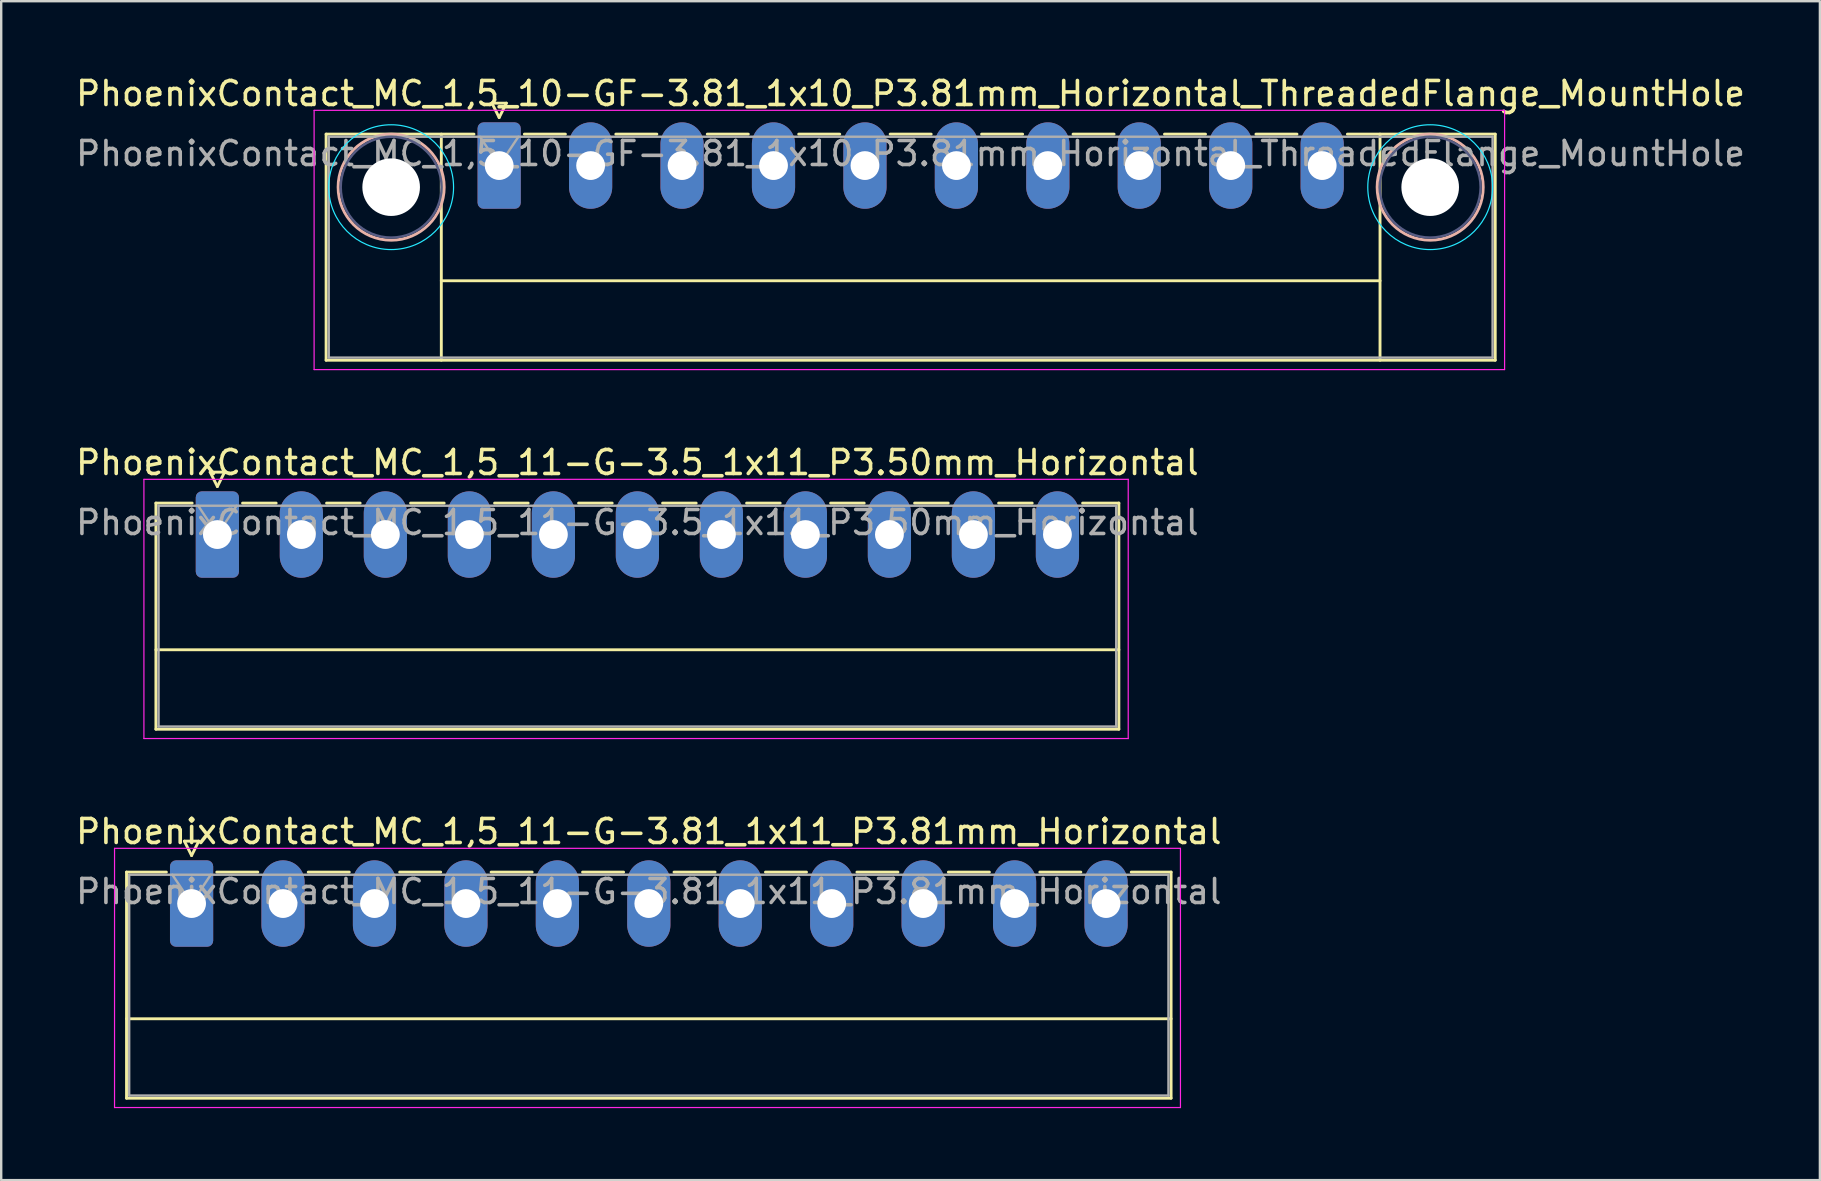
<source format=kicad_pcb>
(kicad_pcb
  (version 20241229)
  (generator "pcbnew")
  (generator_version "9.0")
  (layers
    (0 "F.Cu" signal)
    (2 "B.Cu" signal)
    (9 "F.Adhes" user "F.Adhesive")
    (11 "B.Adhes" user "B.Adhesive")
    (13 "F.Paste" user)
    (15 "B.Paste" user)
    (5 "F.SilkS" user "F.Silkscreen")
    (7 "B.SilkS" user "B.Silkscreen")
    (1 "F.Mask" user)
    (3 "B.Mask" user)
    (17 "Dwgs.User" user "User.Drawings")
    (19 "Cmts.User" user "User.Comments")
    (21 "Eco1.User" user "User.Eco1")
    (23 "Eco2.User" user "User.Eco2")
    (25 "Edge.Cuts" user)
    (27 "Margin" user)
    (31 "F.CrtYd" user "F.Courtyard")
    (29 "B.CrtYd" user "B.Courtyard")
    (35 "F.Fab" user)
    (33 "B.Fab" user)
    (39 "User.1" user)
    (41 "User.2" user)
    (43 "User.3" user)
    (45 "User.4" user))
  (footprint "PhoenixContact_MC_1,5_10-GF-3.81_1x10_P3.81mm_Horizontal_ThreadedFlange_MountHole"
    (layer "F.Cu")
    (at 17.747 3.848)
    (property "Reference" "PhoenixContact_MC_1,5_10-GF-3.81_1x10_P3.81mm_Horizontal_ThreadedFlange_MountHole" (at 17.14 -3 0) (layer "F.SilkS") (effects (font (size 1 1) (thickness 0.15))))
    (attr through_hole)
    (fp_line (start -7.21 -1.31) (end -7.21 8.11) (stroke (width 0.12) (type solid)) (layer "F.SilkS"))
    (fp_line (start -7.21 -1.31) (end -1.05 -1.31) (stroke (width 0.12) (type solid)) (layer "F.SilkS"))
    (fp_line (start -7.21 8.11) (end 41.5 8.11) (stroke (width 0.12) (type solid)) (layer "F.SilkS"))
    (fp_line (start -2.41 -1.31) (end -2.41 8.11) (stroke (width 0.12) (type solid)) (layer "F.SilkS"))
    (fp_line (start -2.41 4.8) (end 36.7 4.8) (stroke (width 0.12) (type solid)) (layer "F.SilkS"))
    (fp_line (start -0.3 -2.6) (end 0.3 -2.6) (stroke (width 0.12) (type solid)) (layer "F.SilkS"))
    (fp_line (start 0 -2) (end -0.3 -2.6) (stroke (width 0.12) (type solid)) (layer "F.SilkS"))
    (fp_line (start 0.3 -2.6) (end 0 -2) (stroke (width 0.12) (type solid)) (layer "F.SilkS"))
    (fp_line (start 1.05 -1.31) (end 2.76 -1.31) (stroke (width 0.12) (type solid)) (layer "F.SilkS"))
    (fp_line (start 4.86 -1.31) (end 6.57 -1.31) (stroke (width 0.12) (type solid)) (layer "F.SilkS"))
    (fp_line (start 8.67 -1.31) (end 10.38 -1.31) (stroke (width 0.12) (type solid)) (layer "F.SilkS"))
    (fp_line (start 12.48 -1.31) (end 14.19 -1.31) (stroke (width 0.12) (type solid)) (layer "F.SilkS"))
    (fp_line (start 16.29 -1.31) (end 18 -1.31) (stroke (width 0.12) (type solid)) (layer "F.SilkS"))
    (fp_line (start 20.1 -1.31) (end 21.81 -1.31) (stroke (width 0.12) (type solid)) (layer "F.SilkS"))
    (fp_line (start 23.91 -1.31) (end 25.62 -1.31) (stroke (width 0.12) (type solid)) (layer "F.SilkS"))
    (fp_line (start 27.72 -1.31) (end 29.43 -1.31) (stroke (width 0.12) (type solid)) (layer "F.SilkS"))
    (fp_line (start 31.53 -1.31) (end 33.24 -1.31) (stroke (width 0.12) (type solid)) (layer "F.SilkS"))
    (fp_line (start 36.7 -1.31) (end 36.7 8.11) (stroke (width 0.12) (type solid)) (layer "F.SilkS"))
    (fp_line (start 41.5 -1.31) (end 35.34 -1.31) (stroke (width 0.12) (type solid)) (layer "F.SilkS"))
    (fp_line (start 41.5 8.11) (end 41.5 -1.31) (stroke (width 0.12) (type solid)) (layer "F.SilkS"))
    (fp_circle (center -4.5 0.9) (end -2.29 0.9) (stroke (width 0.12) (type solid)) (fill no) (layer "B.SilkS"))
    (fp_circle (center 38.79 0.9) (end 41 0.9) (stroke (width 0.12) (type solid)) (fill no) (layer "B.SilkS"))
    (fp_circle (center -4.5 0.9) (end -1.9 0.9) (stroke (width 0.05) (type solid)) (fill no) (layer "B.CrtYd"))
    (fp_circle (center 38.79 0.9) (end 41.39 0.9) (stroke (width 0.05) (type solid)) (fill no) (layer "B.CrtYd"))
    (fp_line (start -7.71 -2.3) (end -7.71 8.5) (stroke (width 0.05) (type solid)) (layer "F.CrtYd"))
    (fp_line (start -7.71 8.5) (end 41.89 8.5) (stroke (width 0.05) (type solid)) (layer "F.CrtYd"))
    (fp_line (start 41.89 -2.3) (end -7.71 -2.3) (stroke (width 0.05) (type solid)) (layer "F.CrtYd"))
    (fp_line (start 41.89 8.5) (end 41.89 -2.3) (stroke (width 0.05) (type solid)) (layer "F.CrtYd"))
    (fp_circle (center -4.5 0.9) (end -2.4 0.9) (stroke (width 0.1) (type solid)) (fill no) (layer "B.Fab"))
    (fp_circle (center 38.79 0.9) (end 40.89 0.9) (stroke (width 0.1) (type solid)) (fill no) (layer "B.Fab"))
    (fp_line (start -7.1 -1.2) (end -7.1 8) (stroke (width 0.1) (type solid)) (layer "F.Fab"))
    (fp_line (start -7.1 8) (end 41.39 8) (stroke (width 0.1) (type solid)) (layer "F.Fab"))
    (fp_line (start 0 0) (end -0.8 -1.2) (stroke (width 0.1) (type solid)) (layer "F.Fab"))
    (fp_line (start 0.8 -1.2) (end 0 0) (stroke (width 0.1) (type solid)) (layer "F.Fab"))
    (fp_line (start 41.39 -1.2) (end -7.1 -1.2) (stroke (width 0.1) (type solid)) (layer "F.Fab"))
    (fp_line (start 41.39 8) (end 41.39 -1.2) (stroke (width 0.1) (type solid)) (layer "F.Fab"))
    (fp_text user "${REFERENCE}" (at 17.14 -0.5 0) (layer "F.Fab") (effects (font (size 1 1) (thickness 0.15))))
    (pad "" np_thru_hole circle (at -4.5 0.9) (size 2.4 2.4) (drill 2.4) (layers "*.Cu" "*.Mask"))
    (pad "" np_thru_hole circle (at 38.79 0.9) (size 2.4 2.4) (drill 2.4) (layers "*.Cu" "*.Mask"))
    (pad "1" thru_hole roundrect (at 0 0) (size 1.8 3.6) (drill 1.2) (layers "*.Cu" "*.Mask") (roundrect_rratio 0.139))
    (pad "2" thru_hole oval (at 3.81 0) (size 1.8 3.6) (drill 1.2) (layers "*.Cu" "*.Mask"))
    (pad "3" thru_hole oval (at 7.62 0) (size 1.8 3.6) (drill 1.2) (layers "*.Cu" "*.Mask"))
    (pad "4" thru_hole oval (at 11.43 0) (size 1.8 3.6) (drill 1.2) (layers "*.Cu" "*.Mask"))
    (pad "5" thru_hole oval (at 15.24 0) (size 1.8 3.6) (drill 1.2) (layers "*.Cu" "*.Mask"))
    (pad "6" thru_hole oval (at 19.05 0) (size 1.8 3.6) (drill 1.2) (layers "*.Cu" "*.Mask"))
    (pad "7" thru_hole oval (at 22.86 0) (size 1.8 3.6) (drill 1.2) (layers "*.Cu" "*.Mask"))
    (pad "8" thru_hole oval (at 26.67 0) (size 1.8 3.6) (drill 1.2) (layers "*.Cu" "*.Mask"))
    (pad "9" thru_hole oval (at 30.48 0) (size 1.8 3.6) (drill 1.2) (layers "*.Cu" "*.Mask"))
    (pad "10" thru_hole oval (at 34.29 0) (size 1.8 3.6) (drill 1.2) (layers "*.Cu" "*.Mask")))
  (footprint "PhoenixContact_MC_1,5_11-G-3.5_1x11_P3.50mm_Horizontal"
    (layer "F.Cu")
    (at 6.006 19.221)
    (property "Reference" "PhoenixContact_MC_1,5_11-G-3.5_1x11_P3.50mm_Horizontal" (at 17.5 -3 0) (layer "F.SilkS") (effects (font (size 1 1) (thickness 0.15))))
    (attr through_hole)
    (fp_line (start -2.56 -1.31) (end -2.56 8.11) (stroke (width 0.12) (type solid)) (layer "F.SilkS"))
    (fp_line (start -2.56 -1.31) (end -1.05 -1.31) (stroke (width 0.12) (type solid)) (layer "F.SilkS"))
    (fp_line (start -2.56 4.8) (end 37.56 4.8) (stroke (width 0.12) (type solid)) (layer "F.SilkS"))
    (fp_line (start -2.56 8.11) (end 37.56 8.11) (stroke (width 0.12) (type solid)) (layer "F.SilkS"))
    (fp_line (start -0.3 -2.6) (end 0.3 -2.6) (stroke (width 0.12) (type solid)) (layer "F.SilkS"))
    (fp_line (start 0 -2) (end -0.3 -2.6) (stroke (width 0.12) (type solid)) (layer "F.SilkS"))
    (fp_line (start 0.3 -2.6) (end 0 -2) (stroke (width 0.12) (type solid)) (layer "F.SilkS"))
    (fp_line (start 1.05 -1.31) (end 2.45 -1.31) (stroke (width 0.12) (type solid)) (layer "F.SilkS"))
    (fp_line (start 4.55 -1.31) (end 5.95 -1.31) (stroke (width 0.12) (type solid)) (layer "F.SilkS"))
    (fp_line (start 8.05 -1.31) (end 9.45 -1.31) (stroke (width 0.12) (type solid)) (layer "F.SilkS"))
    (fp_line (start 11.55 -1.31) (end 12.95 -1.31) (stroke (width 0.12) (type solid)) (layer "F.SilkS"))
    (fp_line (start 15.05 -1.31) (end 16.45 -1.31) (stroke (width 0.12) (type solid)) (layer "F.SilkS"))
    (fp_line (start 18.55 -1.31) (end 19.95 -1.31) (stroke (width 0.12) (type solid)) (layer "F.SilkS"))
    (fp_line (start 22.05 -1.31) (end 23.45 -1.31) (stroke (width 0.12) (type solid)) (layer "F.SilkS"))
    (fp_line (start 25.55 -1.31) (end 26.95 -1.31) (stroke (width 0.12) (type solid)) (layer "F.SilkS"))
    (fp_line (start 29.05 -1.31) (end 30.45 -1.31) (stroke (width 0.12) (type solid)) (layer "F.SilkS"))
    (fp_line (start 32.55 -1.31) (end 33.95 -1.31) (stroke (width 0.12) (type solid)) (layer "F.SilkS"))
    (fp_line (start 37.56 -1.31) (end 36.05 -1.31) (stroke (width 0.12) (type solid)) (layer "F.SilkS"))
    (fp_line (start 37.56 8.11) (end 37.56 -1.31) (stroke (width 0.12) (type solid)) (layer "F.SilkS"))
    (fp_line (start -3.06 -2.3) (end -3.06 8.5) (stroke (width 0.05) (type solid)) (layer "F.CrtYd"))
    (fp_line (start -3.06 8.5) (end 37.95 8.5) (stroke (width 0.05) (type solid)) (layer "F.CrtYd"))
    (fp_line (start 37.95 -2.3) (end -3.06 -2.3) (stroke (width 0.05) (type solid)) (layer "F.CrtYd"))
    (fp_line (start 37.95 8.5) (end 37.95 -2.3) (stroke (width 0.05) (type solid)) (layer "F.CrtYd"))
    (fp_line (start -2.45 -1.2) (end -2.45 8) (stroke (width 0.1) (type solid)) (layer "F.Fab"))
    (fp_line (start -2.45 8) (end 37.45 8) (stroke (width 0.1) (type solid)) (layer "F.Fab"))
    (fp_line (start 0 0) (end -0.8 -1.2) (stroke (width 0.1) (type solid)) (layer "F.Fab"))
    (fp_line (start 0.8 -1.2) (end 0 0) (stroke (width 0.1) (type solid)) (layer "F.Fab"))
    (fp_line (start 37.45 -1.2) (end -2.45 -1.2) (stroke (width 0.1) (type solid)) (layer "F.Fab"))
    (fp_line (start 37.45 8) (end 37.45 -1.2) (stroke (width 0.1) (type solid)) (layer "F.Fab"))
    (fp_text user "${REFERENCE}" (at 17.5 -0.5 0) (layer "F.Fab") (effects (font (size 1 1) (thickness 0.15))))
    (pad "1" thru_hole roundrect (at 0 0) (size 1.8 3.6) (drill 1.2) (layers "*.Cu" "*.Mask") (roundrect_rratio 0.139))
    (pad "2" thru_hole oval (at 3.5 0) (size 1.8 3.6) (drill 1.2) (layers "*.Cu" "*.Mask"))
    (pad "3" thru_hole oval (at 7 0) (size 1.8 3.6) (drill 1.2) (layers "*.Cu" "*.Mask"))
    (pad "4" thru_hole oval (at 10.5 0) (size 1.8 3.6) (drill 1.2) (layers "*.Cu" "*.Mask"))
    (pad "5" thru_hole oval (at 14 0) (size 1.8 3.6) (drill 1.2) (layers "*.Cu" "*.Mask"))
    (pad "6" thru_hole oval (at 17.5 0) (size 1.8 3.6) (drill 1.2) (layers "*.Cu" "*.Mask"))
    (pad "7" thru_hole oval (at 21 0) (size 1.8 3.6) (drill 1.2) (layers "*.Cu" "*.Mask"))
    (pad "8" thru_hole oval (at 24.5 0) (size 1.8 3.6) (drill 1.2) (layers "*.Cu" "*.Mask"))
    (pad "9" thru_hole oval (at 28 0) (size 1.8 3.6) (drill 1.2) (layers "*.Cu" "*.Mask"))
    (pad "10" thru_hole oval (at 31.5 0) (size 1.8 3.6) (drill 1.2) (layers "*.Cu" "*.Mask"))
    (pad "11" thru_hole oval (at 35 0) (size 1.8 3.6) (drill 1.2) (layers "*.Cu" "*.Mask")))
  (footprint "PhoenixContact_MC_1,5_11-G-3.81_1x11_P3.81mm_Horizontal"
    (layer "F.Cu")
    (at 4.932 34.595)
    (property "Reference" "PhoenixContact_MC_1,5_11-G-3.81_1x11_P3.81mm_Horizontal" (at 19.05 -3 0) (layer "F.SilkS") (effects (font (size 1 1) (thickness 0.15))))
    (attr through_hole)
    (fp_line (start -2.71 -1.31) (end -2.71 8.11) (stroke (width 0.12) (type solid)) (layer "F.SilkS"))
    (fp_line (start -2.71 -1.31) (end -1.05 -1.31) (stroke (width 0.12) (type solid)) (layer "F.SilkS"))
    (fp_line (start -2.71 4.8) (end 40.81 4.8) (stroke (width 0.12) (type solid)) (layer "F.SilkS"))
    (fp_line (start -2.71 8.11) (end 40.81 8.11) (stroke (width 0.12) (type solid)) (layer "F.SilkS"))
    (fp_line (start -0.3 -2.6) (end 0.3 -2.6) (stroke (width 0.12) (type solid)) (layer "F.SilkS"))
    (fp_line (start 0 -2) (end -0.3 -2.6) (stroke (width 0.12) (type solid)) (layer "F.SilkS"))
    (fp_line (start 0.3 -2.6) (end 0 -2) (stroke (width 0.12) (type solid)) (layer "F.SilkS"))
    (fp_line (start 1.05 -1.31) (end 2.76 -1.31) (stroke (width 0.12) (type solid)) (layer "F.SilkS"))
    (fp_line (start 4.86 -1.31) (end 6.57 -1.31) (stroke (width 0.12) (type solid)) (layer "F.SilkS"))
    (fp_line (start 8.67 -1.31) (end 10.38 -1.31) (stroke (width 0.12) (type solid)) (layer "F.SilkS"))
    (fp_line (start 12.48 -1.31) (end 14.19 -1.31) (stroke (width 0.12) (type solid)) (layer "F.SilkS"))
    (fp_line (start 16.29 -1.31) (end 18 -1.31) (stroke (width 0.12) (type solid)) (layer "F.SilkS"))
    (fp_line (start 20.1 -1.31) (end 21.81 -1.31) (stroke (width 0.12) (type solid)) (layer "F.SilkS"))
    (fp_line (start 23.91 -1.31) (end 25.62 -1.31) (stroke (width 0.12) (type solid)) (layer "F.SilkS"))
    (fp_line (start 27.72 -1.31) (end 29.43 -1.31) (stroke (width 0.12) (type solid)) (layer "F.SilkS"))
    (fp_line (start 31.53 -1.31) (end 33.24 -1.31) (stroke (width 0.12) (type solid)) (layer "F.SilkS"))
    (fp_line (start 35.34 -1.31) (end 37.05 -1.31) (stroke (width 0.12) (type solid)) (layer "F.SilkS"))
    (fp_line (start 40.81 -1.31) (end 39.15 -1.31) (stroke (width 0.12) (type solid)) (layer "F.SilkS"))
    (fp_line (start 40.81 8.11) (end 40.81 -1.31) (stroke (width 0.12) (type solid)) (layer "F.SilkS"))
    (fp_line (start -3.21 -2.3) (end -3.21 8.5) (stroke (width 0.05) (type solid)) (layer "F.CrtYd"))
    (fp_line (start -3.21 8.5) (end 41.2 8.5) (stroke (width 0.05) (type solid)) (layer "F.CrtYd"))
    (fp_line (start 41.2 -2.3) (end -3.21 -2.3) (stroke (width 0.05) (type solid)) (layer "F.CrtYd"))
    (fp_line (start 41.2 8.5) (end 41.2 -2.3) (stroke (width 0.05) (type solid)) (layer "F.CrtYd"))
    (fp_line (start -2.6 -1.2) (end -2.6 8) (stroke (width 0.1) (type solid)) (layer "F.Fab"))
    (fp_line (start -2.6 8) (end 40.7 8) (stroke (width 0.1) (type solid)) (layer "F.Fab"))
    (fp_line (start 0 0) (end -0.8 -1.2) (stroke (width 0.1) (type solid)) (layer "F.Fab"))
    (fp_line (start 0.8 -1.2) (end 0 0) (stroke (width 0.1) (type solid)) (layer "F.Fab"))
    (fp_line (start 40.7 -1.2) (end -2.6 -1.2) (stroke (width 0.1) (type solid)) (layer "F.Fab"))
    (fp_line (start 40.7 8) (end 40.7 -1.2) (stroke (width 0.1) (type solid)) (layer "F.Fab"))
    (fp_text user "${REFERENCE}" (at 19.05 -0.5 0) (layer "F.Fab") (effects (font (size 1 1) (thickness 0.15))))
    (pad "1" thru_hole roundrect (at 0 0) (size 1.8 3.6) (drill 1.2) (layers "*.Cu" "*.Mask") (roundrect_rratio 0.139))
    (pad "2" thru_hole oval (at 3.81 0) (size 1.8 3.6) (drill 1.2) (layers "*.Cu" "*.Mask"))
    (pad "3" thru_hole oval (at 7.62 0) (size 1.8 3.6) (drill 1.2) (layers "*.Cu" "*.Mask"))
    (pad "4" thru_hole oval (at 11.43 0) (size 1.8 3.6) (drill 1.2) (layers "*.Cu" "*.Mask"))
    (pad "5" thru_hole oval (at 15.24 0) (size 1.8 3.6) (drill 1.2) (layers "*.Cu" "*.Mask"))
    (pad "6" thru_hole oval (at 19.05 0) (size 1.8 3.6) (drill 1.2) (layers "*.Cu" "*.Mask"))
    (pad "7" thru_hole oval (at 22.86 0) (size 1.8 3.6) (drill 1.2) (layers "*.Cu" "*.Mask"))
    (pad "8" thru_hole oval (at 26.67 0) (size 1.8 3.6) (drill 1.2) (layers "*.Cu" "*.Mask"))
    (pad "9" thru_hole oval (at 30.48 0) (size 1.8 3.6) (drill 1.2) (layers "*.Cu" "*.Mask"))
    (pad "10" thru_hole oval (at 34.29 0) (size 1.8 3.6) (drill 1.2) (layers "*.Cu" "*.Mask"))
    (pad "11" thru_hole oval (at 38.1 0) (size 1.8 3.6) (drill 1.2) (layers "*.Cu" "*.Mask")))
  (gr_rect
    (start -3 -3)
    (end 72.774 46.12)
    (stroke (width 0.1) (type default))
    (fill no)
    (layer "Edge.Cuts")))
</source>
